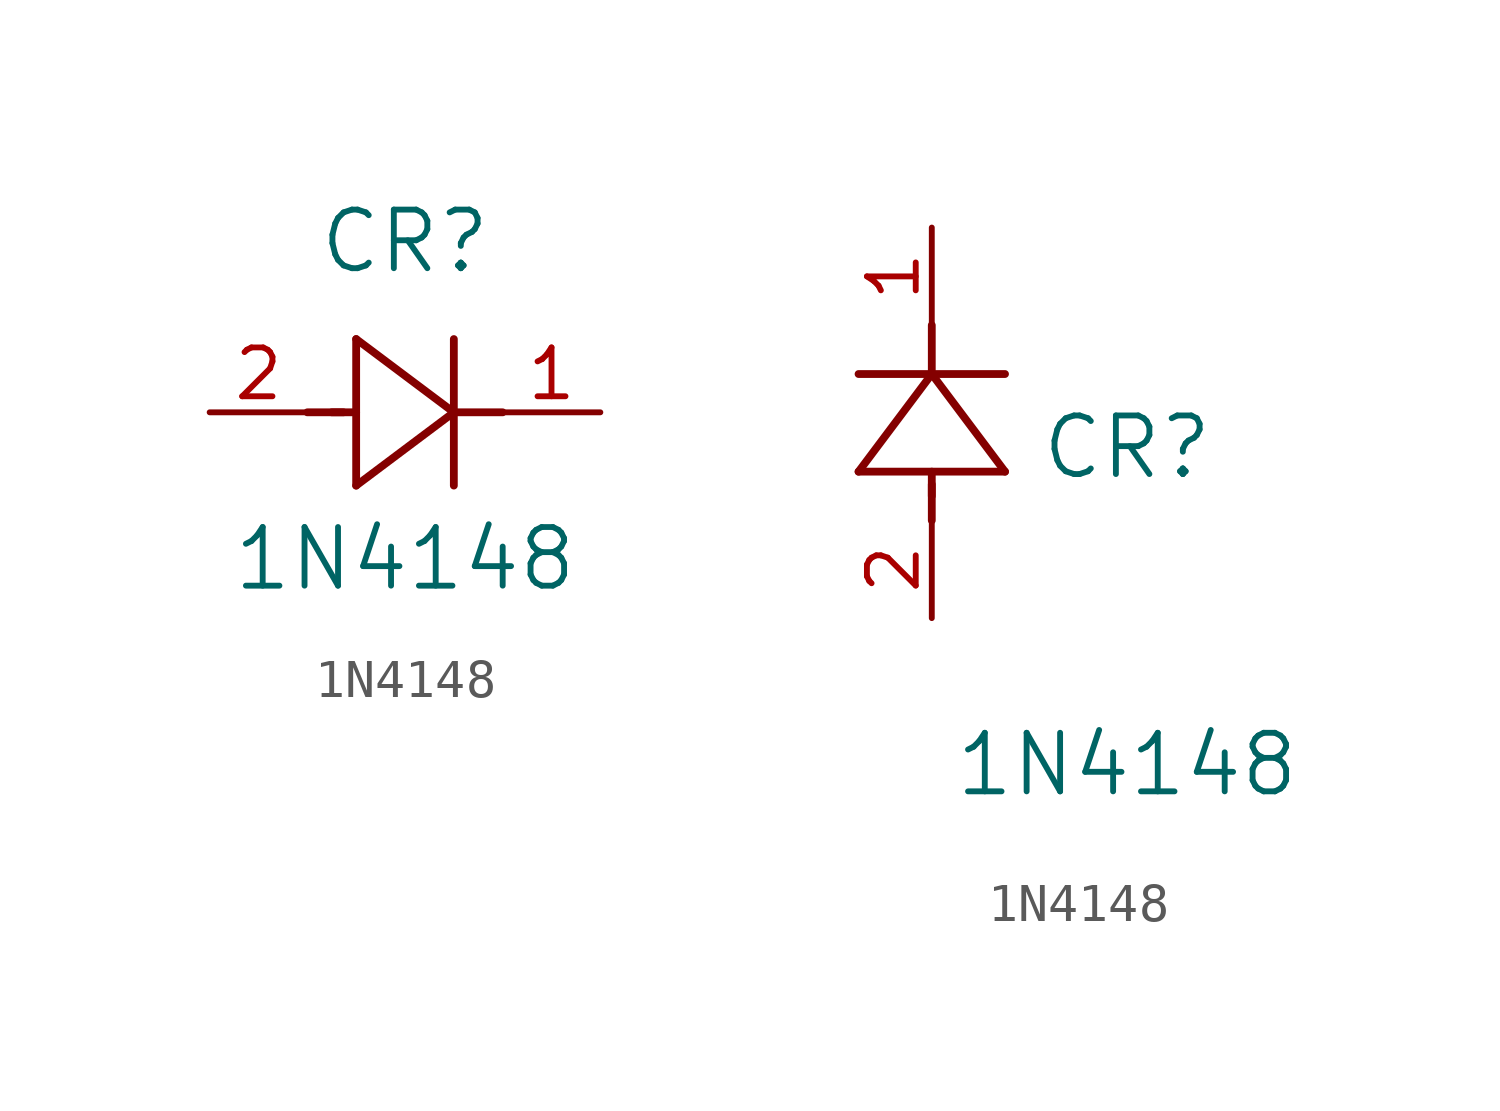
<source format=kicad_sym>
(kicad_symbol_lib
  (version 20241209)
  (generator "kicad_symbol_editor")
  (generator_version "9.0")
  (symbol "1N4148"
    (pin_names
      (offset 0.254))
    (property "Reference" "CR"
      (at 5.08 4.445 0)
      (effects (font (size 1.524 1.524))))
    (property "Value" "1N4148"
      (at 5.08 -3.81 0)
      (effects (font (size 1.524 1.524))))
    (property "ki_locked" ""
      (at 0 0 0)
      (effects (font (size 1.27 1.27))))
    (symbol "1N4148_1_1"
      (polyline (pts (xy 2.54 0) (xy 3.48 0)) (stroke (width 0.203) (type default)) (fill (type none)))
      (polyline (pts (xy 3.175 0) (xy 3.81 0)) (stroke (width 0.203) (type default)) (fill (type none)))
      (polyline (pts (xy 3.81 1.905) (xy 3.81 -1.905)) (stroke (width 0.203) (type default)) (fill (type none)))
      (polyline (pts (xy 3.81 -1.905) (xy 6.35 0)) (stroke (width 0.203) (type default)) (fill (type none)))
      (polyline (pts (xy 6.35 0) (xy 3.81 1.905)) (stroke (width 0.203) (type default)) (fill (type none)))
      (polyline (pts (xy 6.35 0) (xy 7.62 0)) (stroke (width 0.203) (type default)) (fill (type none)))
      (polyline (pts (xy 6.35 -1.905) (xy 6.35 1.905)) (stroke (width 0.203) (type default)) (fill (type none)))
      (pin unspecified line (at 0 0 0) (length 2.54) (name "" (effects (font (size 1.27 1.27)))) (number "2" (effects (font (size 1.27 1.27)))))
      (pin unspecified line (at 10.16 0 180) (length 2.54) (name "" (effects (font (size 1.27 1.27)))) (number "1" (effects (font (size 1.27 1.27))))))
    (symbol "1N4148_1_2"
      (polyline (pts (xy -1.905 3.81) (xy 1.905 3.81)) (stroke (width 0.203) (type default)) (fill (type none)))
      (polyline (pts (xy 0 6.35) (xy -1.905 3.81)) (stroke (width 0.203) (type default)) (fill (type none)))
      (polyline (pts (xy 0 6.35) (xy 0 7.62)) (stroke (width 0.203) (type default)) (fill (type none)))
      (polyline (pts (xy 0 3.175) (xy 0 3.81)) (stroke (width 0.203) (type default)) (fill (type none)))
      (polyline (pts (xy 0 2.54) (xy 0 3.48)) (stroke (width 0.203) (type default)) (fill (type none)))
      (polyline (pts (xy 1.905 6.35) (xy -1.905 6.35)) (stroke (width 0.203) (type default)) (fill (type none)))
      (polyline (pts (xy 1.905 3.81) (xy 0 6.35)) (stroke (width 0.203) (type default)) (fill (type none)))
      (pin unspecified line (at 0 10.16 270) (length 2.54) (name "" (effects (font (size 1.27 1.27)))) (number "1" (effects (font (size 1.27 1.27)))))
      (pin unspecified line (at 0 0 90) (length 2.54) (name "" (effects (font (size 1.27 1.27)))) (number "2" (effects (font (size 1.27 1.27))))))))
</source>
